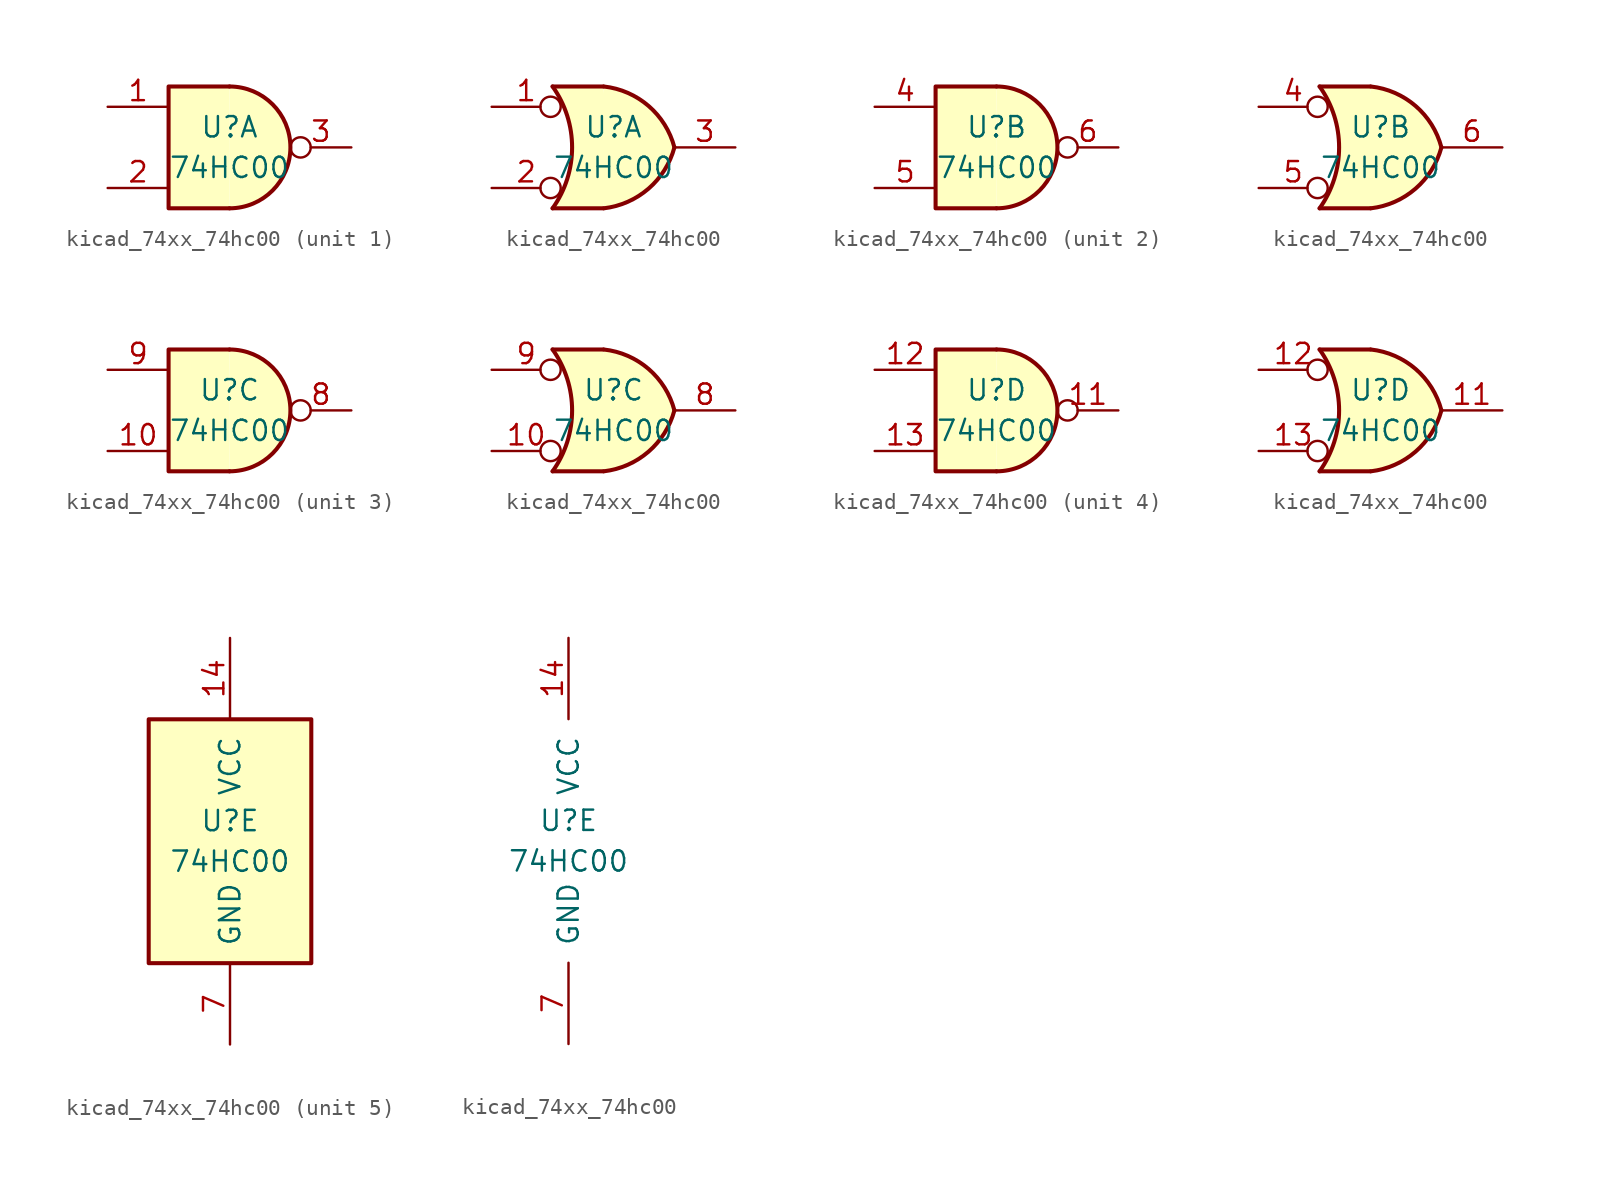
<source format=kicad_sym>
(kicad_symbol_lib
  (version 20220914)
  (generator kicad_symbol_editor)
  (symbol "kicad_74xx_74hc00"
    (pin_names
      (offset 1.016))
    (property "Reference" "U"
      (at 0 1.27 0)
      (effects (font (size 1.27 1.27))))
    (property "Value" "74HC00"
      (at 0 -1.27 0)
      (effects (font (size 1.27 1.27))))
    (property "ki_locked" ""
      (at 0 0 0)
      (effects (font (size 1.27 1.27))))
    (symbol "kicad_74xx_74hc00_1_1"
      (arc (start 0 -3.81) (mid 3.7934 0) (end 0 3.81) (stroke (width 0.254) (type default)) (fill (type background)))
      (polyline (pts (xy 0 3.81) (xy -3.81 3.81) (xy -3.81 -3.81) (xy 0 -3.81)) (stroke (width 0.254) (type default)) (fill (type background)))
      (pin input line (at -7.62 2.54 0) (length 3.81) (name "~" (effects (font (size 1.27 1.27)))) (number "1" (effects (font (size 1.27 1.27)))))
      (pin input line (at -7.62 -2.54 0) (length 3.81) (name "~" (effects (font (size 1.27 1.27)))) (number "2" (effects (font (size 1.27 1.27)))))
      (pin output inverted (at 7.62 0 180) (length 3.81) (name "~" (effects (font (size 1.27 1.27)))) (number "3" (effects (font (size 1.27 1.27))))))
    (symbol "kicad_74xx_74hc00_1_2"
      (arc (start -3.81 -3.81) (mid -2.589 0) (end -3.81 3.81) (stroke (width 0.254) (type default)) (fill (type none)))
      (arc (start -0.6096 -3.81) (mid 2.1842 -2.5851) (end 3.81 0) (stroke (width 0.254) (type default)) (fill (type background)))
      (polyline (pts (xy -3.81 -3.81) (xy -0.635 -3.81)) (stroke (width 0.254) (type default)) (fill (type background)))
      (polyline (pts (xy -3.81 3.81) (xy -0.635 3.81)) (stroke (width 0.254) (type default)) (fill (type background)))
      (polyline (pts (xy -0.635 3.81) (xy -3.81 3.81) (xy -3.81 3.81) (xy -3.556 3.404) (xy -3.023 2.261) (xy -2.692 1.041) (xy -2.616 -0.254) (xy -2.769 -1.499) (xy -3.175 -2.718) (xy -3.81 -3.81) (xy -3.81 -3.81) (xy -0.635 -3.81)) (stroke (width -25.4) (type default)) (fill (type background)))
      (arc (start 3.81 0) (mid 2.1915 2.5936) (end -0.6096 3.81) (stroke (width 0.254) (type default)) (fill (type background)))
      (pin input inverted (at -7.62 2.54 0) (length 4.318) (name "~" (effects (font (size 1.27 1.27)))) (number "1" (effects (font (size 1.27 1.27)))))
      (pin input inverted (at -7.62 -2.54 0) (length 4.318) (name "~" (effects (font (size 1.27 1.27)))) (number "2" (effects (font (size 1.27 1.27)))))
      (pin output line (at 7.62 0 180) (length 3.81) (name "~" (effects (font (size 1.27 1.27)))) (number "3" (effects (font (size 1.27 1.27))))))
    (symbol "kicad_74xx_74hc00_2_1"
      (arc (start 0 -3.81) (mid 3.7934 0) (end 0 3.81) (stroke (width 0.254) (type default)) (fill (type background)))
      (polyline (pts (xy 0 3.81) (xy -3.81 3.81) (xy -3.81 -3.81) (xy 0 -3.81)) (stroke (width 0.254) (type default)) (fill (type background)))
      (pin input line (at -7.62 2.54 0) (length 3.81) (name "~" (effects (font (size 1.27 1.27)))) (number "4" (effects (font (size 1.27 1.27)))))
      (pin input line (at -7.62 -2.54 0) (length 3.81) (name "~" (effects (font (size 1.27 1.27)))) (number "5" (effects (font (size 1.27 1.27)))))
      (pin output inverted (at 7.62 0 180) (length 3.81) (name "~" (effects (font (size 1.27 1.27)))) (number "6" (effects (font (size 1.27 1.27))))))
    (symbol "kicad_74xx_74hc00_2_2"
      (arc (start -3.81 -3.81) (mid -2.589 0) (end -3.81 3.81) (stroke (width 0.254) (type default)) (fill (type none)))
      (arc (start -0.6096 -3.81) (mid 2.1842 -2.5851) (end 3.81 0) (stroke (width 0.254) (type default)) (fill (type background)))
      (polyline (pts (xy -3.81 -3.81) (xy -0.635 -3.81)) (stroke (width 0.254) (type default)) (fill (type background)))
      (polyline (pts (xy -3.81 3.81) (xy -0.635 3.81)) (stroke (width 0.254) (type default)) (fill (type background)))
      (polyline (pts (xy -0.635 3.81) (xy -3.81 3.81) (xy -3.81 3.81) (xy -3.556 3.404) (xy -3.023 2.261) (xy -2.692 1.041) (xy -2.616 -0.254) (xy -2.769 -1.499) (xy -3.175 -2.718) (xy -3.81 -3.81) (xy -3.81 -3.81) (xy -0.635 -3.81)) (stroke (width -25.4) (type default)) (fill (type background)))
      (arc (start 3.81 0) (mid 2.1915 2.5936) (end -0.6096 3.81) (stroke (width 0.254) (type default)) (fill (type background)))
      (pin input inverted (at -7.62 2.54 0) (length 4.318) (name "~" (effects (font (size 1.27 1.27)))) (number "4" (effects (font (size 1.27 1.27)))))
      (pin input inverted (at -7.62 -2.54 0) (length 4.318) (name "~" (effects (font (size 1.27 1.27)))) (number "5" (effects (font (size 1.27 1.27)))))
      (pin output line (at 7.62 0 180) (length 3.81) (name "~" (effects (font (size 1.27 1.27)))) (number "6" (effects (font (size 1.27 1.27))))))
    (symbol "kicad_74xx_74hc00_3_1"
      (arc (start 0 -3.81) (mid 3.7934 0) (end 0 3.81) (stroke (width 0.254) (type default)) (fill (type background)))
      (polyline (pts (xy 0 3.81) (xy -3.81 3.81) (xy -3.81 -3.81) (xy 0 -3.81)) (stroke (width 0.254) (type default)) (fill (type background)))
      (pin input line (at -7.62 -2.54 0) (length 3.81) (name "~" (effects (font (size 1.27 1.27)))) (number "10" (effects (font (size 1.27 1.27)))))
      (pin output inverted (at 7.62 0 180) (length 3.81) (name "~" (effects (font (size 1.27 1.27)))) (number "8" (effects (font (size 1.27 1.27)))))
      (pin input line (at -7.62 2.54 0) (length 3.81) (name "~" (effects (font (size 1.27 1.27)))) (number "9" (effects (font (size 1.27 1.27))))))
    (symbol "kicad_74xx_74hc00_3_2"
      (arc (start -3.81 -3.81) (mid -2.589 0) (end -3.81 3.81) (stroke (width 0.254) (type default)) (fill (type none)))
      (arc (start -0.6096 -3.81) (mid 2.1842 -2.5851) (end 3.81 0) (stroke (width 0.254) (type default)) (fill (type background)))
      (polyline (pts (xy -3.81 -3.81) (xy -0.635 -3.81)) (stroke (width 0.254) (type default)) (fill (type background)))
      (polyline (pts (xy -3.81 3.81) (xy -0.635 3.81)) (stroke (width 0.254) (type default)) (fill (type background)))
      (polyline (pts (xy -0.635 3.81) (xy -3.81 3.81) (xy -3.81 3.81) (xy -3.556 3.404) (xy -3.023 2.261) (xy -2.692 1.041) (xy -2.616 -0.254) (xy -2.769 -1.499) (xy -3.175 -2.718) (xy -3.81 -3.81) (xy -3.81 -3.81) (xy -0.635 -3.81)) (stroke (width -25.4) (type default)) (fill (type background)))
      (arc (start 3.81 0) (mid 2.1915 2.5936) (end -0.6096 3.81) (stroke (width 0.254) (type default)) (fill (type background)))
      (pin input inverted (at -7.62 -2.54 0) (length 4.318) (name "~" (effects (font (size 1.27 1.27)))) (number "10" (effects (font (size 1.27 1.27)))))
      (pin output line (at 7.62 0 180) (length 3.81) (name "~" (effects (font (size 1.27 1.27)))) (number "8" (effects (font (size 1.27 1.27)))))
      (pin input inverted (at -7.62 2.54 0) (length 4.318) (name "~" (effects (font (size 1.27 1.27)))) (number "9" (effects (font (size 1.27 1.27))))))
    (symbol "kicad_74xx_74hc00_4_1"
      (arc (start 0 -3.81) (mid 3.7934 0) (end 0 3.81) (stroke (width 0.254) (type default)) (fill (type background)))
      (polyline (pts (xy 0 3.81) (xy -3.81 3.81) (xy -3.81 -3.81) (xy 0 -3.81)) (stroke (width 0.254) (type default)) (fill (type background)))
      (pin output inverted (at 7.62 0 180) (length 3.81) (name "~" (effects (font (size 1.27 1.27)))) (number "11" (effects (font (size 1.27 1.27)))))
      (pin input line (at -7.62 2.54 0) (length 3.81) (name "~" (effects (font (size 1.27 1.27)))) (number "12" (effects (font (size 1.27 1.27)))))
      (pin input line (at -7.62 -2.54 0) (length 3.81) (name "~" (effects (font (size 1.27 1.27)))) (number "13" (effects (font (size 1.27 1.27))))))
    (symbol "kicad_74xx_74hc00_4_2"
      (arc (start -3.81 -3.81) (mid -2.589 0) (end -3.81 3.81) (stroke (width 0.254) (type default)) (fill (type none)))
      (arc (start -0.6096 -3.81) (mid 2.1842 -2.5851) (end 3.81 0) (stroke (width 0.254) (type default)) (fill (type background)))
      (polyline (pts (xy -3.81 -3.81) (xy -0.635 -3.81)) (stroke (width 0.254) (type default)) (fill (type background)))
      (polyline (pts (xy -3.81 3.81) (xy -0.635 3.81)) (stroke (width 0.254) (type default)) (fill (type background)))
      (polyline (pts (xy -0.635 3.81) (xy -3.81 3.81) (xy -3.81 3.81) (xy -3.556 3.404) (xy -3.023 2.261) (xy -2.692 1.041) (xy -2.616 -0.254) (xy -2.769 -1.499) (xy -3.175 -2.718) (xy -3.81 -3.81) (xy -3.81 -3.81) (xy -0.635 -3.81)) (stroke (width -25.4) (type default)) (fill (type background)))
      (arc (start 3.81 0) (mid 2.1915 2.5936) (end -0.6096 3.81) (stroke (width 0.254) (type default)) (fill (type background)))
      (pin output line (at 7.62 0 180) (length 3.81) (name "~" (effects (font (size 1.27 1.27)))) (number "11" (effects (font (size 1.27 1.27)))))
      (pin input inverted (at -7.62 2.54 0) (length 4.318) (name "~" (effects (font (size 1.27 1.27)))) (number "12" (effects (font (size 1.27 1.27)))))
      (pin input inverted (at -7.62 -2.54 0) (length 4.318) (name "~" (effects (font (size 1.27 1.27)))) (number "13" (effects (font (size 1.27 1.27))))))
    (symbol "kicad_74xx_74hc00_5_0"
      (pin power_in line (at 0 12.7 270) (length 5.08) (name "VCC" (effects (font (size 1.27 1.27)))) (number "14" (effects (font (size 1.27 1.27)))))
      (pin power_in line (at 0 -12.7 90) (length 5.08) (name "GND" (effects (font (size 1.27 1.27)))) (number "7" (effects (font (size 1.27 1.27))))))
    (symbol "kicad_74xx_74hc00_5_1"
      (rectangle (start -5.08 7.62) (end 5.08 -7.62) (stroke (width 0.254) (type default)) (fill (type background))))))
</source>
